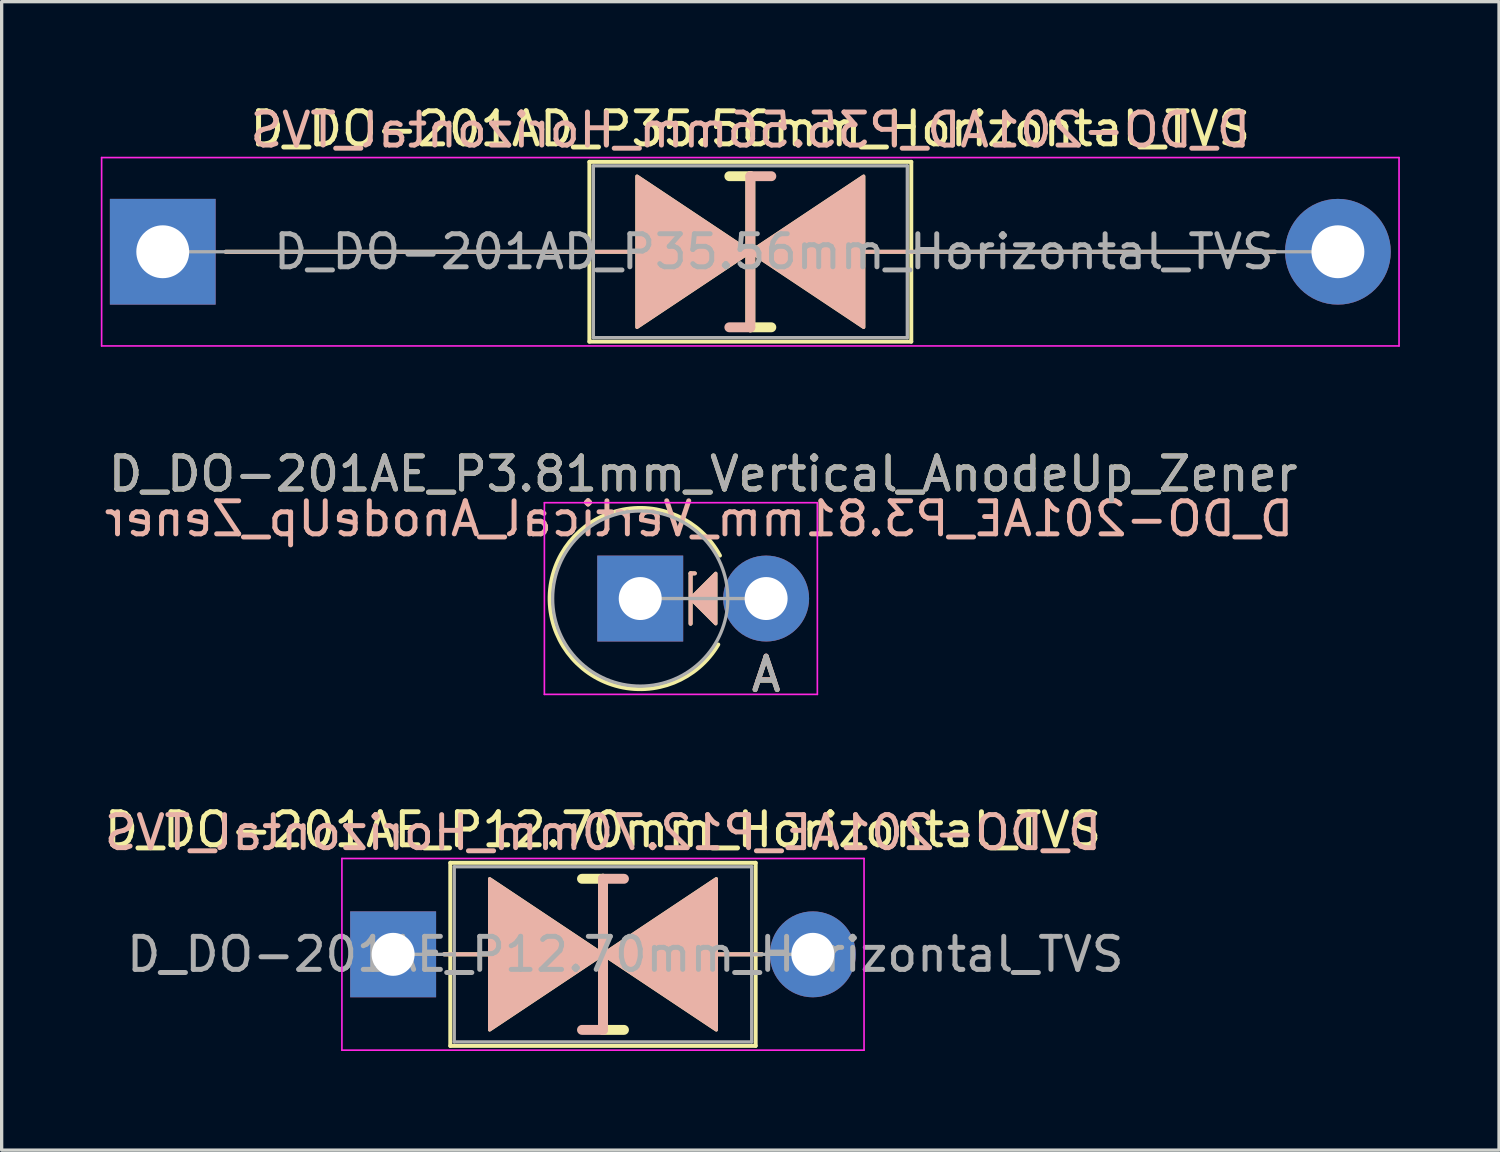
<source format=kicad_pcb>
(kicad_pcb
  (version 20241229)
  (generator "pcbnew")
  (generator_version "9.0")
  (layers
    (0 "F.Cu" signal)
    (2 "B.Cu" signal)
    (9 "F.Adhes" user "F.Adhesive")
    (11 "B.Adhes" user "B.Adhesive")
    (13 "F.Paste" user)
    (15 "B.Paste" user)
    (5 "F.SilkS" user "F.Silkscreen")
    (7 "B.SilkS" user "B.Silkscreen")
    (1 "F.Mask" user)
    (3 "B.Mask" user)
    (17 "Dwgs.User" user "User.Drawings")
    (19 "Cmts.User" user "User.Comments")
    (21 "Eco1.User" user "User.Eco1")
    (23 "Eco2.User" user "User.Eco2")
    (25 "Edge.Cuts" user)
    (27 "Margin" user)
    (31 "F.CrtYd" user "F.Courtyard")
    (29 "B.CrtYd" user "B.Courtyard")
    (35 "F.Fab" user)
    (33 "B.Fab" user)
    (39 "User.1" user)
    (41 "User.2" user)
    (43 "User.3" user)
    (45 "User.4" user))
  (footprint "D_DO-201AE_P3.81mm_Vertical_AnodeUp_Zener"
    (layer "F.Cu")
    (at 16.323 15.062)
    (property "Reference" "D_DO-201AE_P3.81mm_Vertical_AnodeUp_Zener" (at 1.905 -3.77 0) (layer "F.SilkS") (effects (font (size 1 1) (thickness 0.15))))
    (fp_line (start 1.524 -0.762) (end 1.524 0.762) (stroke (width 0.12) (type solid)) (layer "F.SilkS"))
    (fp_line (start 1.524 -0.762) (end 1.651 -0.762) (stroke (width 0.12) (type solid)) (layer "F.SilkS"))
    (fp_arc (start 2.361782 1.391144) (mid -2.74054 -0.052312) (end 2.413151 -1.3) (stroke (width 0.12) (type solid)) (layer "F.SilkS"))
    (fp_poly (pts (xy 2.286 0.762) (xy 1.524 0) (xy 2.286 -0.762)) (stroke (width 0.1) (type solid)) (fill yes) (layer "F.SilkS"))
    (fp_line (start 1.524 -0.762) (end 1.651 -0.762) (stroke (width 0.12) (type solid)) (layer "B.SilkS"))
    (fp_line (start 1.524 0.762) (end 1.524 -0.762) (stroke (width 0.12) (type solid)) (layer "B.SilkS"))
    (fp_poly (pts (xy 2.286 -0.762) (xy 1.524 0) (xy 2.286 0.762)) (stroke (width 0.1) (type solid)) (fill yes) (layer "B.SilkS"))
    (fp_line (start -2.9 -2.9) (end -2.9 2.9) (stroke (width 0.05) (type solid)) (layer "F.CrtYd"))
    (fp_line (start -2.9 2.9) (end 5.36 2.9) (stroke (width 0.05) (type solid)) (layer "F.CrtYd"))
    (fp_line (start 5.36 -2.9) (end -2.9 -2.9) (stroke (width 0.05) (type solid)) (layer "F.CrtYd"))
    (fp_line (start 5.36 2.9) (end 5.36 -2.9) (stroke (width 0.05) (type solid)) (layer "F.CrtYd"))
    (fp_line (start 0 0) (end 3.81 0) (stroke (width 0.1) (type solid)) (layer "F.Fab"))
    (fp_circle (center 0 0) (end 2.65 0) (stroke (width 0.1) (type solid)) (fill no) (layer "F.Fab"))
    (fp_text user "A" (at 3.81 2.3 0) (layer "F.SilkS") (effects (font (size 1 1) (thickness 0.15))))
    (fp_text user "A" (at 3.81 2.286 0) (layer "B.SilkS") (effects (font (size 1 1) (thickness 0.15)) (justify mirror)))
    (fp_text user "${REFERENCE}" (at 1.778 -2.413 0) (layer "B.SilkS") (effects (font (size 1 1) (thickness 0.15)) (justify mirror)))
    (fp_text user "${REFERENCE}" (at 1.905 -3.77 0) (layer "F.Fab") (effects (font (size 1 1) (thickness 0.15))))
    (fp_text user "A" (at 3.81 2.3 0) (layer "F.Fab") (effects (font (size 1 1) (thickness 0.15))))
    (pad "1" thru_hole rect (at 0 0) (size 2.6 2.6) (drill 1.3) (layers "*.Cu" "*.Mask"))
    (pad "2" thru_hole oval (at 3.81 0) (size 2.6 2.6) (drill 1.3) (layers "*.Cu" "*.Mask")))
  (footprint "D_DO-201AD_P35.56mm_Horizontal_TVS"
    (layer "F.Cu")
    (at 1.875 4.568)
    (property "Reference" "D_DO-201AD_P35.56mm_Horizontal_TVS" (at 17.78 -3.72 0) (layer "F.SilkS") (effects (font (size 1 1) (thickness 0.15))))
    (fp_line (start 1.905 0) (end 12.91 0) (stroke (width 0.12) (type solid)) (layer "F.SilkS"))
    (fp_line (start 12.91 -2.72) (end 12.91 2.72) (stroke (width 0.12) (type solid)) (layer "F.SilkS"))
    (fp_line (start 12.91 0) (end 14.351 0) (stroke (width 0.12) (type solid)) (layer "F.SilkS"))
    (fp_line (start 12.91 2.72) (end 22.65 2.72) (stroke (width 0.12) (type solid)) (layer "F.SilkS"))
    (fp_line (start 17.78 -2.286) (end 17.145 -2.286) (stroke (width 0.3) (type solid)) (layer "F.SilkS"))
    (fp_line (start 17.78 2.286) (end 17.78 -2.286) (stroke (width 0.3) (type solid)) (layer "F.SilkS"))
    (fp_line (start 18.415 2.286) (end 17.78 2.286) (stroke (width 0.3) (type solid)) (layer "F.SilkS"))
    (fp_line (start 21.209 0) (end 22.65 0) (stroke (width 0.12) (type solid)) (layer "F.SilkS"))
    (fp_line (start 22.65 -2.72) (end 12.91 -2.72) (stroke (width 0.12) (type solid)) (layer "F.SilkS"))
    (fp_line (start 22.65 2.72) (end 22.65 -2.72) (stroke (width 0.12) (type solid)) (layer "F.SilkS"))
    (fp_line (start 33.655 0) (end 22.65 0) (stroke (width 0.12) (type solid)) (layer "F.SilkS"))
    (fp_poly (pts (xy 17.78 0) (xy 14.351 2.286) (xy 14.351 -2.286)) (stroke (width 0.1) (type solid)) (fill yes) (layer "F.SilkS"))
    (fp_poly (pts (xy 17.78 0) (xy 21.209 -2.286) (xy 21.209 2.286)) (stroke (width 0.1) (type solid)) (fill yes) (layer "F.SilkS"))
    (fp_line (start 1.905 0) (end 12.91 0) (stroke (width 0.12) (type solid)) (layer "B.SilkS"))
    (fp_line (start 12.91 0) (end 14.351 0) (stroke (width 0.12) (type solid)) (layer "B.SilkS"))
    (fp_line (start 17.78 -2.286) (end 17.78 2.286) (stroke (width 0.3) (type solid)) (layer "B.SilkS"))
    (fp_line (start 17.78 2.286) (end 17.145 2.286) (stroke (width 0.3) (type solid)) (layer "B.SilkS"))
    (fp_line (start 18.415 -2.286) (end 17.78 -2.286) (stroke (width 0.3) (type solid)) (layer "B.SilkS"))
    (fp_line (start 21.209 0) (end 22.65 0) (stroke (width 0.12) (type solid)) (layer "B.SilkS"))
    (fp_line (start 33.655 0) (end 22.65 0) (stroke (width 0.12) (type solid)) (layer "B.SilkS"))
    (fp_poly (pts (xy 17.78 0) (xy 14.351 -2.286) (xy 14.351 2.286)) (stroke (width 0.1) (type solid)) (fill yes) (layer "B.SilkS"))
    (fp_poly (pts (xy 17.78 0) (xy 21.209 2.286) (xy 21.209 -2.286)) (stroke (width 0.1) (type solid)) (fill yes) (layer "B.SilkS"))
    (fp_line (start -1.85 -2.85) (end -1.85 2.85) (stroke (width 0.05) (type solid)) (layer "F.CrtYd"))
    (fp_line (start -1.85 2.85) (end 37.41 2.85) (stroke (width 0.05) (type solid)) (layer "F.CrtYd"))
    (fp_line (start 37.41 -2.85) (end -1.85 -2.85) (stroke (width 0.05) (type solid)) (layer "F.CrtYd"))
    (fp_line (start 37.41 2.85) (end 37.41 -2.85) (stroke (width 0.05) (type solid)) (layer "F.CrtYd"))
    (fp_line (start 0 0) (end 13.03 0) (stroke (width 0.1) (type solid)) (layer "F.Fab"))
    (fp_line (start 13.03 -2.6) (end 13.03 2.6) (stroke (width 0.1) (type solid)) (layer "F.Fab"))
    (fp_line (start 13.03 2.6) (end 22.53 2.6) (stroke (width 0.1) (type solid)) (layer "F.Fab"))
    (fp_line (start 22.53 -2.6) (end 13.03 -2.6) (stroke (width 0.1) (type solid)) (layer "F.Fab"))
    (fp_line (start 22.53 2.6) (end 22.53 -2.6) (stroke (width 0.1) (type solid)) (layer "F.Fab"))
    (fp_line (start 35.56 0) (end 22.53 0) (stroke (width 0.1) (type solid)) (layer "F.Fab"))
    (fp_text user "${REFERENCE}" (at 17.78 -3.683 0) (layer "B.SilkS") (effects (font (size 1 1) (thickness 0.15)) (justify mirror)))
    (fp_text user "${REFERENCE}" (at 18.492 0 0) (layer "F.Fab") (effects (font (size 1 1) (thickness 0.15))))
    (pad "1" thru_hole rect (at 0 0) (size 3.2 3.2) (drill 1.6) (layers "*.Cu" "*.Mask"))
    (pad "2" thru_hole oval (at 35.56 0) (size 3.2 3.2) (drill 1.6) (layers "*.Cu" "*.Mask")))
  (footprint "D_DO-201AE_P12.70mm_Horizontal_TVS"
    (layer "F.Cu")
    (at 8.846 25.828)
    (property "Reference" "D_DO-201AE_P12.70mm_Horizontal_TVS" (at 6.35 -3.77 0) (layer "F.SilkS") (effects (font (size 1 1) (thickness 0.15))))
    (fp_line (start 1.54 0) (end 1.73 0) (stroke (width 0.12) (type solid)) (layer "F.SilkS"))
    (fp_line (start 1.73 -2.77) (end 1.73 2.77) (stroke (width 0.12) (type solid)) (layer "F.SilkS"))
    (fp_line (start 1.73 0) (end 2.921 0) (stroke (width 0.12) (type solid)) (layer "F.SilkS"))
    (fp_line (start 1.73 2.77) (end 10.97 2.77) (stroke (width 0.12) (type solid)) (layer "F.SilkS"))
    (fp_line (start 6.35 -2.286) (end 5.715 -2.286) (stroke (width 0.3) (type solid)) (layer "F.SilkS"))
    (fp_line (start 6.35 2.286) (end 6.35 -2.286) (stroke (width 0.3) (type solid)) (layer "F.SilkS"))
    (fp_line (start 6.985 2.286) (end 6.35 2.286) (stroke (width 0.3) (type solid)) (layer "F.SilkS"))
    (fp_line (start 9.779 0) (end 10.97 0) (stroke (width 0.12) (type solid)) (layer "F.SilkS"))
    (fp_line (start 10.97 -2.77) (end 1.73 -2.77) (stroke (width 0.12) (type solid)) (layer "F.SilkS"))
    (fp_line (start 10.97 2.77) (end 10.97 -2.77) (stroke (width 0.12) (type solid)) (layer "F.SilkS"))
    (fp_line (start 11.16 0) (end 10.97 0) (stroke (width 0.12) (type solid)) (layer "F.SilkS"))
    (fp_poly (pts (xy 6.35 0) (xy 2.921 2.286) (xy 2.921 -2.286)) (stroke (width 0.1) (type solid)) (fill yes) (layer "F.SilkS"))
    (fp_poly (pts (xy 6.35 0) (xy 9.779 -2.286) (xy 9.779 2.286)) (stroke (width 0.1) (type solid)) (fill yes) (layer "F.SilkS"))
    (fp_line (start 1.54 0) (end 1.73 0) (stroke (width 0.12) (type solid)) (layer "B.SilkS"))
    (fp_line (start 1.73 0) (end 2.921 0) (stroke (width 0.12) (type solid)) (layer "B.SilkS"))
    (fp_line (start 6.35 -2.286) (end 6.35 2.286) (stroke (width 0.3) (type solid)) (layer "B.SilkS"))
    (fp_line (start 6.35 2.286) (end 5.715 2.286) (stroke (width 0.3) (type solid)) (layer "B.SilkS"))
    (fp_line (start 6.985 -2.286) (end 6.35 -2.286) (stroke (width 0.3) (type solid)) (layer "B.SilkS"))
    (fp_line (start 9.779 0) (end 10.97 0) (stroke (width 0.12) (type solid)) (layer "B.SilkS"))
    (fp_line (start 11.16 0) (end 10.97 0) (stroke (width 0.12) (type solid)) (layer "B.SilkS"))
    (fp_poly (pts (xy 6.35 0) (xy 2.921 -2.286) (xy 2.921 2.286)) (stroke (width 0.1) (type solid)) (fill yes) (layer "B.SilkS"))
    (fp_poly (pts (xy 6.35 0) (xy 9.779 2.286) (xy 9.779 -2.286)) (stroke (width 0.1) (type solid)) (fill yes) (layer "B.SilkS"))
    (fp_line (start -1.55 -2.9) (end -1.55 2.9) (stroke (width 0.05) (type solid)) (layer "F.CrtYd"))
    (fp_line (start -1.55 2.9) (end 14.25 2.9) (stroke (width 0.05) (type solid)) (layer "F.CrtYd"))
    (fp_line (start 14.25 -2.9) (end -1.55 -2.9) (stroke (width 0.05) (type solid)) (layer "F.CrtYd"))
    (fp_line (start 14.25 2.9) (end 14.25 -2.9) (stroke (width 0.05) (type solid)) (layer "F.CrtYd"))
    (fp_line (start 0 0) (end 1.85 0) (stroke (width 0.1) (type solid)) (layer "F.Fab"))
    (fp_line (start 1.85 -2.65) (end 1.85 2.65) (stroke (width 0.1) (type solid)) (layer "F.Fab"))
    (fp_line (start 1.85 2.65) (end 10.85 2.65) (stroke (width 0.1) (type solid)) (layer "F.Fab"))
    (fp_line (start 10.85 -2.65) (end 1.85 -2.65) (stroke (width 0.1) (type solid)) (layer "F.Fab"))
    (fp_line (start 10.85 2.65) (end 10.85 -2.65) (stroke (width 0.1) (type solid)) (layer "F.Fab"))
    (fp_line (start 12.7 0) (end 10.85 0) (stroke (width 0.1) (type solid)) (layer "F.Fab"))
    (fp_text user "${REFERENCE}" (at 6.35 -3.683 0) (layer "B.SilkS") (effects (font (size 1 1) (thickness 0.15)) (justify mirror)))
    (fp_text user "${REFERENCE}" (at 7.025 0 0) (layer "F.Fab") (effects (font (size 1 1) (thickness 0.15))))
    (pad "1" thru_hole rect (at 0 0) (size 2.6 2.6) (drill 1.3) (layers "*.Cu" "*.Mask"))
    (pad "2" thru_hole oval (at 12.7 0) (size 2.6 2.6) (drill 1.3) (layers "*.Cu" "*.Mask")))
  (gr_rect
    (start -3 -3)
    (end 42.31 31.753)
    (stroke (width 0.1) (type default))
    (fill no)
    (layer "Edge.Cuts")))
</source>
